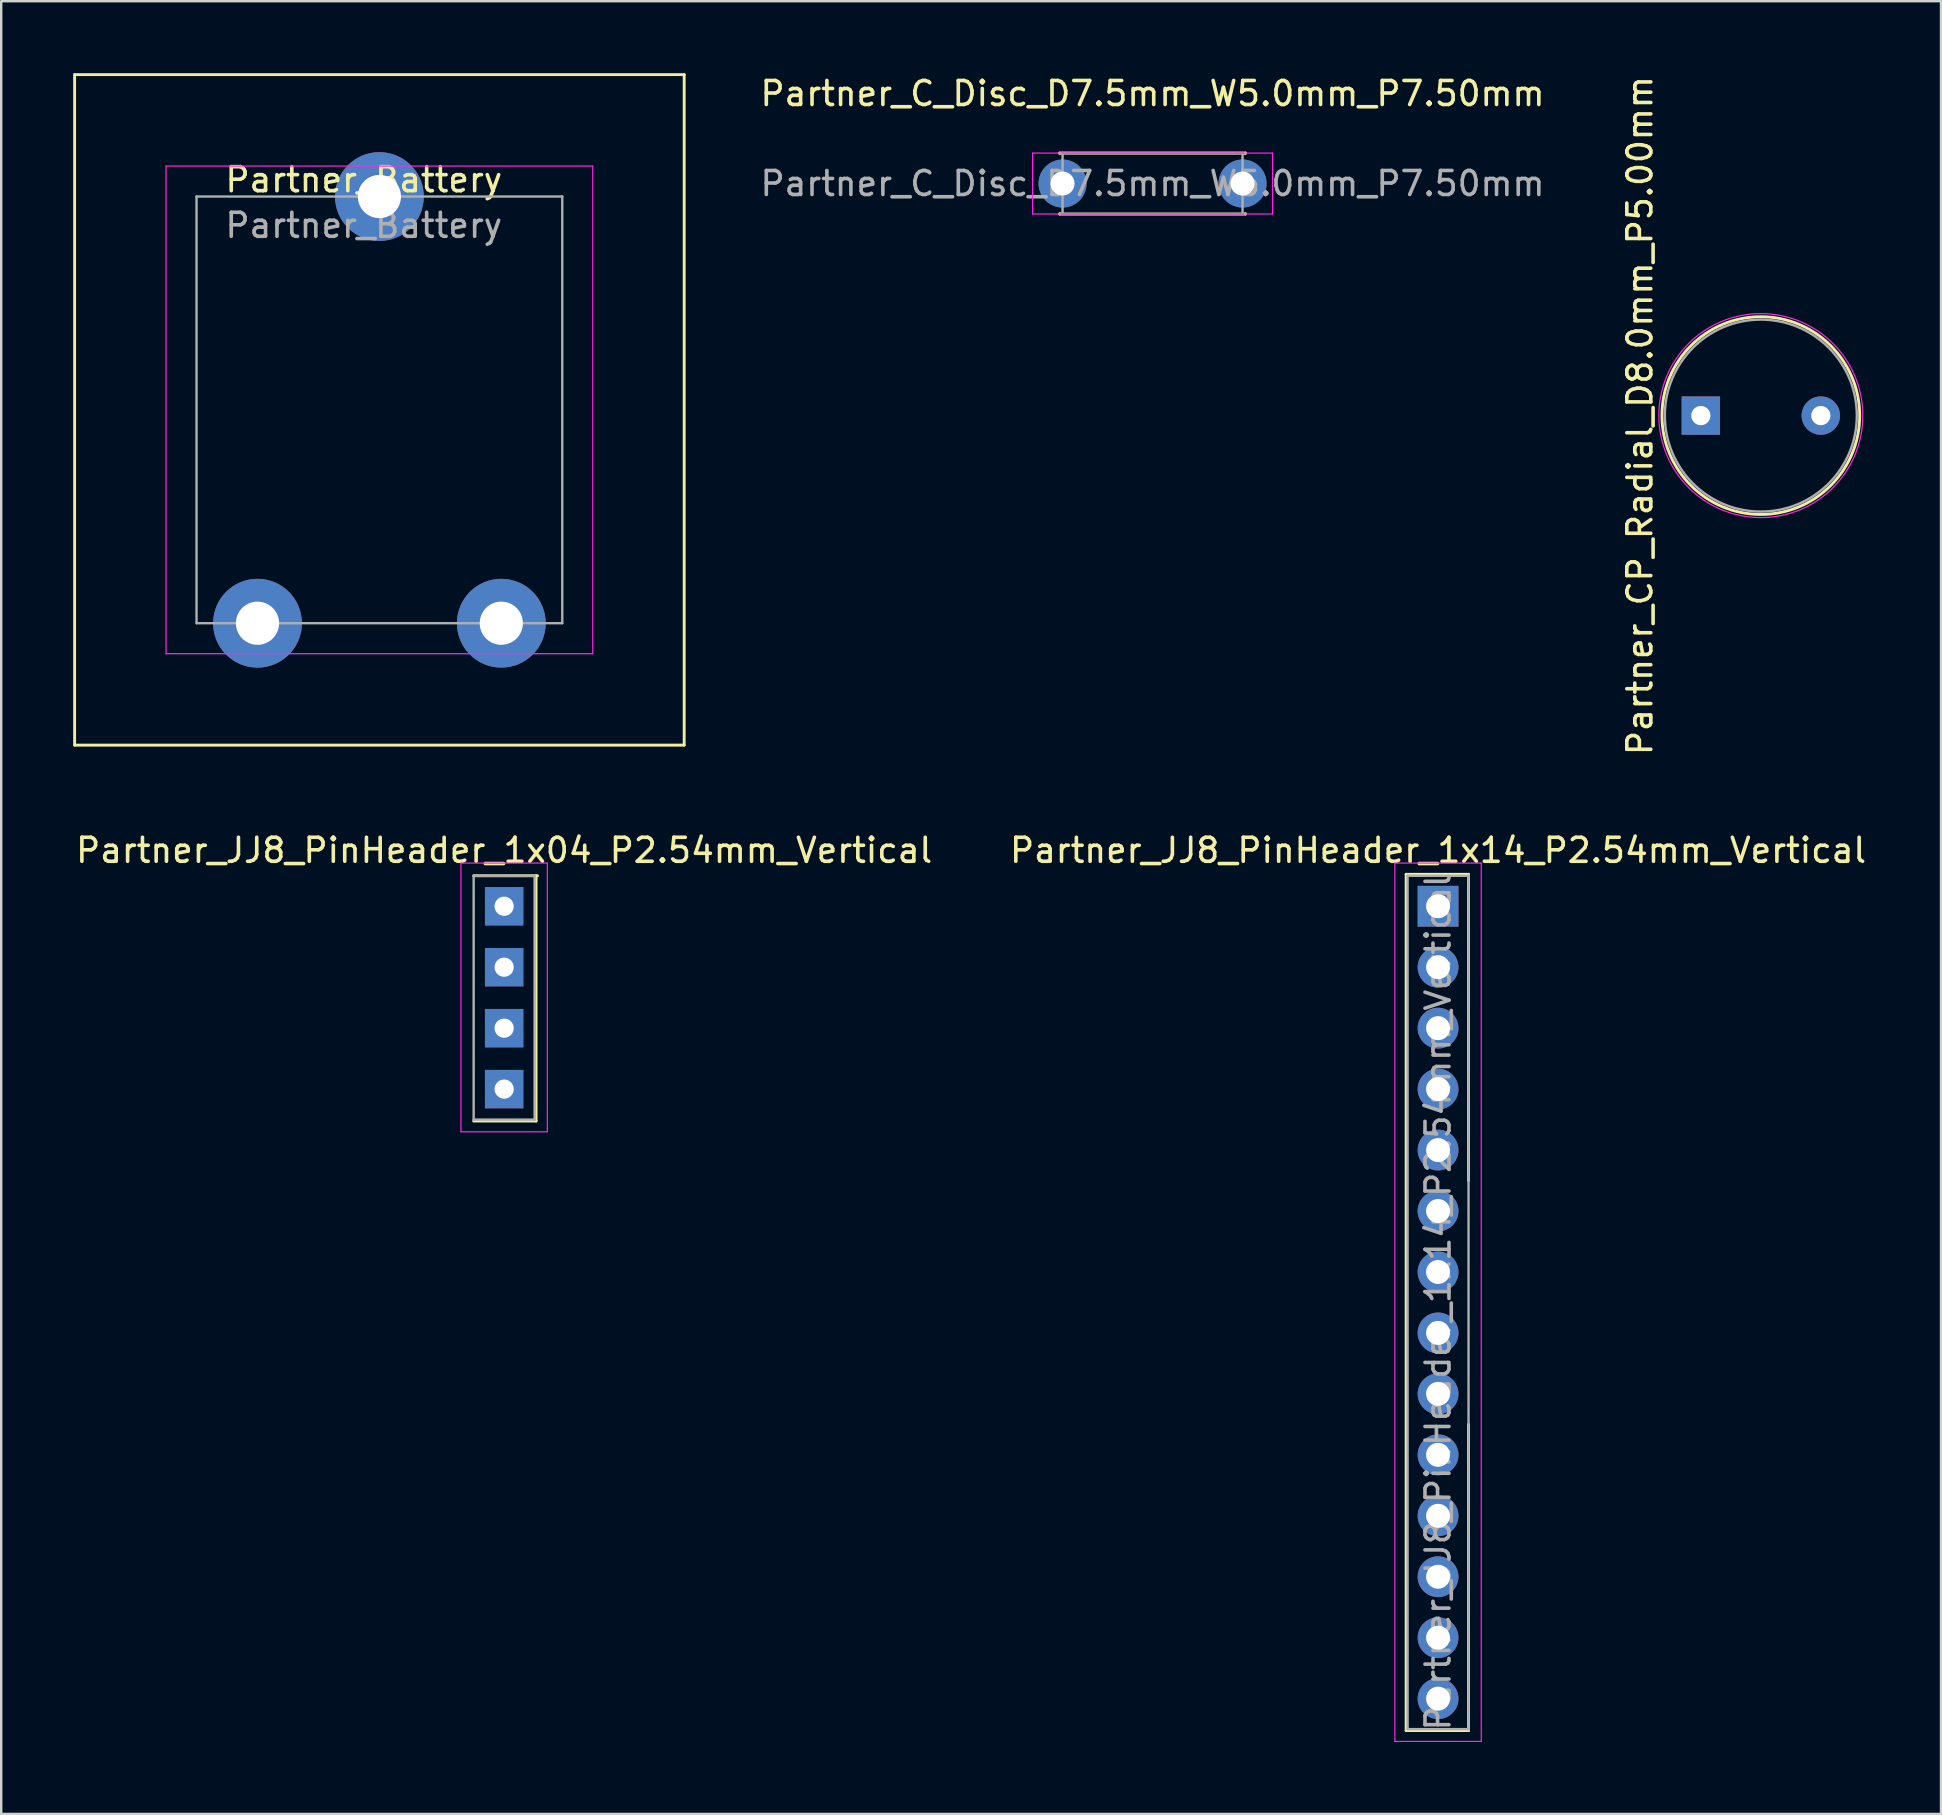
<source format=kicad_pcb>
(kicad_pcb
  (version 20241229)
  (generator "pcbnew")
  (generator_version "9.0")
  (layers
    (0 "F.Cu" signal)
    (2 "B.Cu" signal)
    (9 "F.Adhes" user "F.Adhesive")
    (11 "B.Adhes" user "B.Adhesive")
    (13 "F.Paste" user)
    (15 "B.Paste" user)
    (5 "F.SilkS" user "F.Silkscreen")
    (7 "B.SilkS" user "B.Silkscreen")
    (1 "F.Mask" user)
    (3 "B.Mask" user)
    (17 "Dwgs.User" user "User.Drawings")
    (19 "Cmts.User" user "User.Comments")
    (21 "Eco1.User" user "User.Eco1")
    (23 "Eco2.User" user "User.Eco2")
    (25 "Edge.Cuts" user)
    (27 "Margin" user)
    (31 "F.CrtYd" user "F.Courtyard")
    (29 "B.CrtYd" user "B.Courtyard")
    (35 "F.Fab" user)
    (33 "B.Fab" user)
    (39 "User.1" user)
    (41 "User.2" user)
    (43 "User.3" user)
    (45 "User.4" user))
  (footprint "Partner_JJ8_PinHeader_1x04_P2.54mm_Vertical"
    (layer "F.Cu")
    (at 17.958 34.714)
    (property "Reference" "Partner_JJ8_PinHeader_1x04_P2.54mm_Vertical" (at 0 -2.33 0) (layer "F.SilkS") (effects (font (size 1 1) (thickness 0.15))))
    (attr through_hole)
    (fp_line (start -1.27 -1.27) (end 1.39 -1.27) (stroke (width 0.12) (type solid)) (layer "F.SilkS"))
    (fp_line (start -1.27 8.95) (end 1.33 8.95) (stroke (width 0.12) (type solid)) (layer "F.SilkS"))
    (fp_line (start 1.33 -1.27) (end 1.33 8.95) (stroke (width 0.12) (type solid)) (layer "F.SilkS"))
    (fp_line (start -1.8 -1.8) (end -1.8 9.4) (stroke (width 0.05) (type solid)) (layer "F.CrtYd"))
    (fp_line (start -1.8 9.4) (end 1.8 9.4) (stroke (width 0.05) (type solid)) (layer "F.CrtYd"))
    (fp_line (start 1.8 -1.8) (end -1.8 -1.8) (stroke (width 0.05) (type solid)) (layer "F.CrtYd"))
    (fp_line (start 1.8 9.4) (end 1.8 -1.8) (stroke (width 0.05) (type solid)) (layer "F.CrtYd"))
    (fp_line (start -1.27 -1.27) (end 1.27 -1.27) (stroke (width 0.1) (type solid)) (layer "F.Fab"))
    (fp_line (start -1.27 8.89) (end -1.27 -1.27) (stroke (width 0.1) (type solid)) (layer "F.Fab"))
    (fp_line (start 1.27 -1.27) (end 1.27 8.89) (stroke (width 0.1) (type solid)) (layer "F.Fab"))
    (fp_line (start 1.27 8.89) (end -1.27 8.89) (stroke (width 0.1) (type solid)) (layer "F.Fab"))
    (pad "1" thru_hole rect (at 0 0) (size 1.6 1.6) (drill 0.8) (layers "*.Cu" "*.Mask"))
    (pad "2" thru_hole rect (at 0 2.54) (size 1.6 1.6) (drill 0.8) (layers "*.Cu" "*.Mask"))
    (pad "3" thru_hole rect (at 0 5.08) (size 1.6 1.6) (drill 0.8) (layers "*.Cu" "*.Mask"))
    (pad "4" thru_hole rect (at 0 7.62) (size 1.6 1.6) (drill 0.8) (layers "*.Cu" "*.Mask")))
  (footprint "Partner_Battery"
    (layer "F.Cu")
    (at 12.76 5.14)
    (property "Reference" "Partner_Battery" (at -0.65 -0.7 0) (layer "F.SilkS") (effects (font (size 1 1) (thickness 0.15))))
    (attr through_hole)
    (fp_line (start -12.7 -5.08) (end -12.7 22.86) (stroke (width 0.12) (type solid)) (layer "F.SilkS"))
    (fp_line (start -12.7 22.86) (end 12.7 22.86) (stroke (width 0.12) (type solid)) (layer "F.SilkS"))
    (fp_line (start 12.7 -5.08) (end -12.7 -5.08) (stroke (width 0.12) (type solid)) (layer "F.SilkS"))
    (fp_line (start 12.7 -5.08) (end 12.7 22.86) (stroke (width 0.12) (type solid)) (layer "F.SilkS"))
    (fp_line (start -8.89 -1.27) (end -8.89 19.05) (stroke (width 0.05) (type solid)) (layer "F.CrtYd"))
    (fp_line (start -8.89 19.05) (end 8.89 19.05) (stroke (width 0.05) (type solid)) (layer "F.CrtYd"))
    (fp_line (start 8.89 -1.27) (end -8.89 -1.27) (stroke (width 0.05) (type solid)) (layer "F.CrtYd"))
    (fp_line (start 8.89 19.05) (end 8.89 -1.27) (stroke (width 0.05) (type solid)) (layer "F.CrtYd"))
    (fp_line (start -7.62 0) (end -7.62 17.78) (stroke (width 0.1) (type solid)) (layer "F.Fab"))
    (fp_line (start -7.62 17.78) (end 7.62 17.78) (stroke (width 0.1) (type solid)) (layer "F.Fab"))
    (fp_line (start 7.62 0) (end -7.62 0) (stroke (width 0.1) (type solid)) (layer "F.Fab"))
    (fp_line (start 7.62 17.78) (end 7.62 0) (stroke (width 0.1) (type solid)) (layer "F.Fab"))
    (fp_text user "${REFERENCE}" (at -0.65 1.2 0) (layer "F.Fab") (effects (font (size 1 1) (thickness 0.15))))
    (pad "1" thru_hole circle (at 0 0) (size 3.7 3.7) (drill 1.8) (layers "*.Cu" "*.Mask"))
    (pad "2" thru_hole circle (at -5.08 17.78) (size 3.7 3.7) (drill 1.8) (layers "*.Cu" "*.Mask"))
    (pad "3" thru_hole circle (at 5.08 17.78) (size 3.7 3.7) (drill 1.8) (layers "*.Cu" "*.Mask")))
  (footprint "Partner_C_Disc_D7.5mm_W5.0mm_P7.50mm"
    (layer "F.Cu")
    (at 41.228 4.598)
    (property "Reference" "Partner_C_Disc_D7.5mm_W5.0mm_P7.50mm" (at 3.75 -3.75 0) (layer "F.SilkS") (effects (font (size 1 1) (thickness 0.15))))
    (attr through_hole)
    (fp_line (start -0.12 -1.27) (end -0.12 -1.256) (stroke (width 0.12) (type solid)) (layer "F.SilkS"))
    (fp_line (start -0.12 -1.27) (end 7.62 -1.27) (stroke (width 0.12) (type solid)) (layer "F.SilkS"))
    (fp_line (start -0.12 1.256) (end -0.12 1.27) (stroke (width 0.12) (type solid)) (layer "F.SilkS"))
    (fp_line (start -0.12 1.27) (end 7.62 1.27) (stroke (width 0.12) (type solid)) (layer "F.SilkS"))
    (fp_line (start 7.62 -1.27) (end 7.62 -1.256) (stroke (width 0.12) (type solid)) (layer "F.SilkS"))
    (fp_line (start 7.62 1.256) (end 7.62 1.27) (stroke (width 0.12) (type solid)) (layer "F.SilkS"))
    (fp_line (start -1.25 -1.27) (end -1.25 1.27) (stroke (width 0.05) (type solid)) (layer "F.CrtYd"))
    (fp_line (start -1.25 1.27) (end 8.75 1.27) (stroke (width 0.05) (type solid)) (layer "F.CrtYd"))
    (fp_line (start 8.75 -1.27) (end -1.25 -1.27) (stroke (width 0.05) (type solid)) (layer "F.CrtYd"))
    (fp_line (start 8.75 1.27) (end 8.75 -1.27) (stroke (width 0.05) (type solid)) (layer "F.CrtYd"))
    (fp_line (start 0 -1.27) (end 0 1.27) (stroke (width 0.1) (type solid)) (layer "F.Fab"))
    (fp_line (start 0 1.27) (end 7.5 1.27) (stroke (width 0.1) (type solid)) (layer "F.Fab"))
    (fp_line (start 7.5 -1.27) (end 0 -1.27) (stroke (width 0.1) (type solid)) (layer "F.Fab"))
    (fp_line (start 7.5 1.27) (end 7.5 -1.27) (stroke (width 0.1) (type solid)) (layer "F.Fab"))
    (fp_text user "${REFERENCE}" (at 3.75 0 0) (layer "F.Fab") (effects (font (size 1 1) (thickness 0.15))))
    (pad "1" thru_hole circle (at 0 0) (size 2 2) (drill 1) (layers "*.Cu" "*.Mask"))
    (pad "2" thru_hole circle (at 7.5 0) (size 2 2) (drill 1) (layers "*.Cu" "*.Mask")))
  (footprint "Partner_JJ8_PinHeader_1x14_P2.54mm_Vertical"
    (layer "F.Cu")
    (at 56.875 34.714)
    (property "Reference" "Partner_JJ8_PinHeader_1x14_P2.54mm_Vertical" (at 0 -2.33 0) (layer "F.SilkS") (effects (font (size 1 1) (thickness 0.15))))
    (attr through_hole)
    (fp_line (start -1.33 -1.33) (end -1.33 34.35) (stroke (width 0.12) (type solid)) (layer "F.SilkS"))
    (fp_line (start -1.33 -1.33) (end 1.27 -1.33) (stroke (width 0.12) (type solid)) (layer "F.SilkS"))
    (fp_line (start -1.33 34.35) (end 1.27 34.35) (stroke (width 0.12) (type solid)) (layer "F.SilkS"))
    (fp_line (start 1.27 -1.33) (end 1.27 11.43) (stroke (width 0.12) (type solid)) (layer "F.SilkS"))
    (fp_line (start 1.27 21.59) (end 1.27 34.35) (stroke (width 0.12) (type solid)) (layer "F.SilkS"))
    (fp_line (start -1.8 -1.8) (end -1.8 34.8) (stroke (width 0.05) (type solid)) (layer "F.CrtYd"))
    (fp_line (start -1.8 34.8) (end 1.8 34.8) (stroke (width 0.05) (type solid)) (layer "F.CrtYd"))
    (fp_line (start 1.8 -1.8) (end -1.8 -1.8) (stroke (width 0.05) (type solid)) (layer "F.CrtYd"))
    (fp_line (start 1.8 34.8) (end 1.8 -1.8) (stroke (width 0.05) (type solid)) (layer "F.CrtYd"))
    (fp_line (start -1.27 -1.27) (end 1.27 -1.27) (stroke (width 0.1) (type solid)) (layer "F.Fab"))
    (fp_line (start -1.27 34.29) (end -1.27 -1.27) (stroke (width 0.1) (type solid)) (layer "F.Fab"))
    (fp_line (start 1.27 -1.27) (end 1.27 34.29) (stroke (width 0.1) (type solid)) (layer "F.Fab"))
    (fp_line (start 1.27 34.29) (end -1.27 34.29) (stroke (width 0.1) (type solid)) (layer "F.Fab"))
    (fp_text user "${REFERENCE}" (at 0 16.51 270) (layer "F.Fab") (effects (font (size 1 1) (thickness 0.15))))
    (pad "1" thru_hole rect (at 0 0) (size 1.7 1.7) (drill 1) (layers "*.Cu" "*.Mask"))
    (pad "2" thru_hole oval (at 0 2.54) (size 1.7 1.7) (drill 1) (layers "*.Cu" "*.Mask"))
    (pad "3" thru_hole oval (at 0 5.08) (size 1.7 1.7) (drill 1) (layers "*.Cu" "*.Mask"))
    (pad "4" thru_hole oval (at 0 7.62) (size 1.7 1.7) (drill 1) (layers "*.Cu" "*.Mask"))
    (pad "5" thru_hole oval (at 0 10.16) (size 1.7 1.7) (drill 1) (layers "*.Cu" "*.Mask"))
    (pad "6" thru_hole oval (at 0 12.7) (size 1.7 1.7) (drill 1) (layers "*.Cu" "*.Mask"))
    (pad "7" thru_hole oval (at 0 15.24) (size 1.7 1.7) (drill 1) (layers "*.Cu" "*.Mask"))
    (pad "8" thru_hole oval (at 0 17.78) (size 1.7 1.7) (drill 1) (layers "*.Cu" "*.Mask"))
    (pad "9" thru_hole oval (at 0 20.32) (size 1.7 1.7) (drill 1) (layers "*.Cu" "*.Mask"))
    (pad "10" thru_hole oval (at 0 22.86) (size 1.7 1.7) (drill 1) (layers "*.Cu" "*.Mask"))
    (pad "11" thru_hole oval (at 0 25.4) (size 1.7 1.7) (drill 1) (layers "*.Cu" "*.Mask"))
    (pad "12" thru_hole oval (at 0 27.94) (size 1.7 1.7) (drill 1) (layers "*.Cu" "*.Mask"))
    (pad "13" thru_hole oval (at 0 30.48) (size 1.7 1.7) (drill 1) (layers "*.Cu" "*.Mask"))
    (pad "14" thru_hole oval (at 0 33.02) (size 1.7 1.7) (drill 1) (layers "*.Cu" "*.Mask")))
  (footprint "Partner_CP_Radial_D8.0mm_P5.00mm"
    (layer "F.Cu")
    (at 67.825 14.268)
    (property "Reference" "Partner_CP_Radial_D8.0mm_P5.00mm" (at -2.54 0 90) (layer "F.SilkS") (effects (font (size 1 1) (thickness 0.15))))
    (attr through_hole)
    (fp_circle (center 2.5 0) (end 6.62 0) (stroke (width 0.12) (type solid)) (fill no) (layer "F.SilkS"))
    (fp_circle (center 2.5 0) (end 6.75 0) (stroke (width 0.05) (type solid)) (fill no) (layer "F.CrtYd"))
    (fp_circle (center 2.5 0) (end 6.5 0) (stroke (width 0.1) (type solid)) (fill no) (layer "F.Fab"))
    (pad "1" thru_hole rect (at 0 0) (size 1.6 1.6) (drill 0.8) (layers "*.Cu" "*.Mask"))
    (pad "2" thru_hole circle (at 5 0) (size 1.6 1.6) (drill 0.8) (layers "*.Cu" "*.Mask")))
  (gr_rect
    (start -3 -3)
    (end 77.833 72.539)
    (stroke (width 0.1) (type default))
    (fill no)
    (layer "Edge.Cuts")))
</source>
